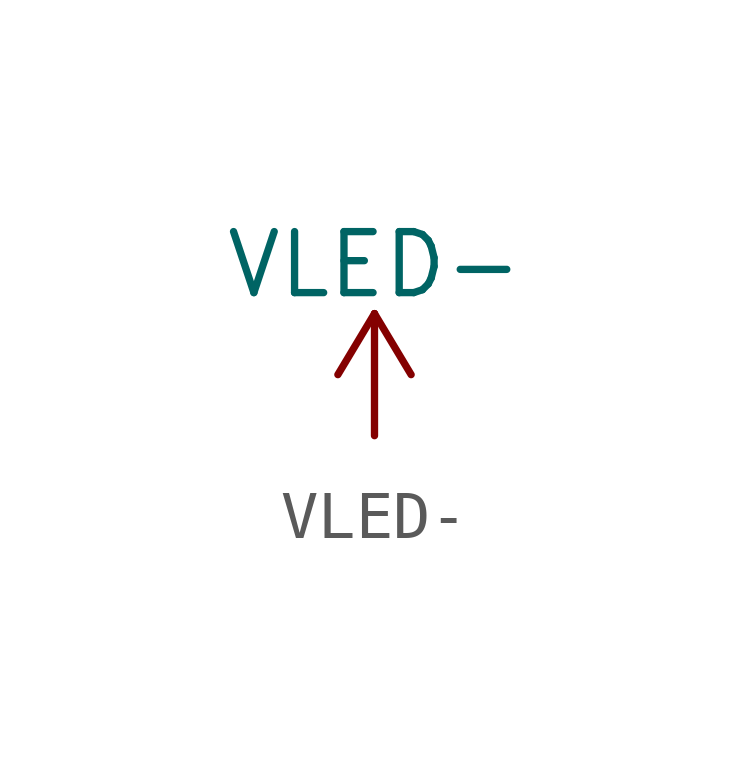
<source format=kicad_sym>
(kicad_symbol_lib
  (version 20211014)
  (generator kicad_symbol_editor)
  (symbol "VLED-"
    (power)
    (pin_names
      (offset 0))
    (property "Reference" "#PWR"
      (at 0 -3.81 0)
      (effects (font (size 1.27 1.27)) hide))
    (property "Value" "VLED-"
      (at 0 3.556 0)
      (effects (font (size 1.27 1.27))))
    (symbol "VLED-_0_1"
      (polyline (pts (xy -0.762 1.27) (xy 0 2.54)) (stroke (width 0) (type default) (color 0 0 0 0)) (fill (type none)))
      (polyline (pts (xy 0 0) (xy 0 2.54)) (stroke (width 0) (type default) (color 0 0 0 0)) (fill (type none)))
      (polyline (pts (xy 0 2.54) (xy 0.762 1.27)) (stroke (width 0) (type default) (color 0 0 0 0)) (fill (type none))))
    (symbol "VLED-_1_1"
      (pin power_in line (at 0 0 90) (length 0) hide (name "VLED-" (effects (font (size 1.27 1.27)))) (number "1" (effects (font (size 1.27 1.27))))))))
</source>
